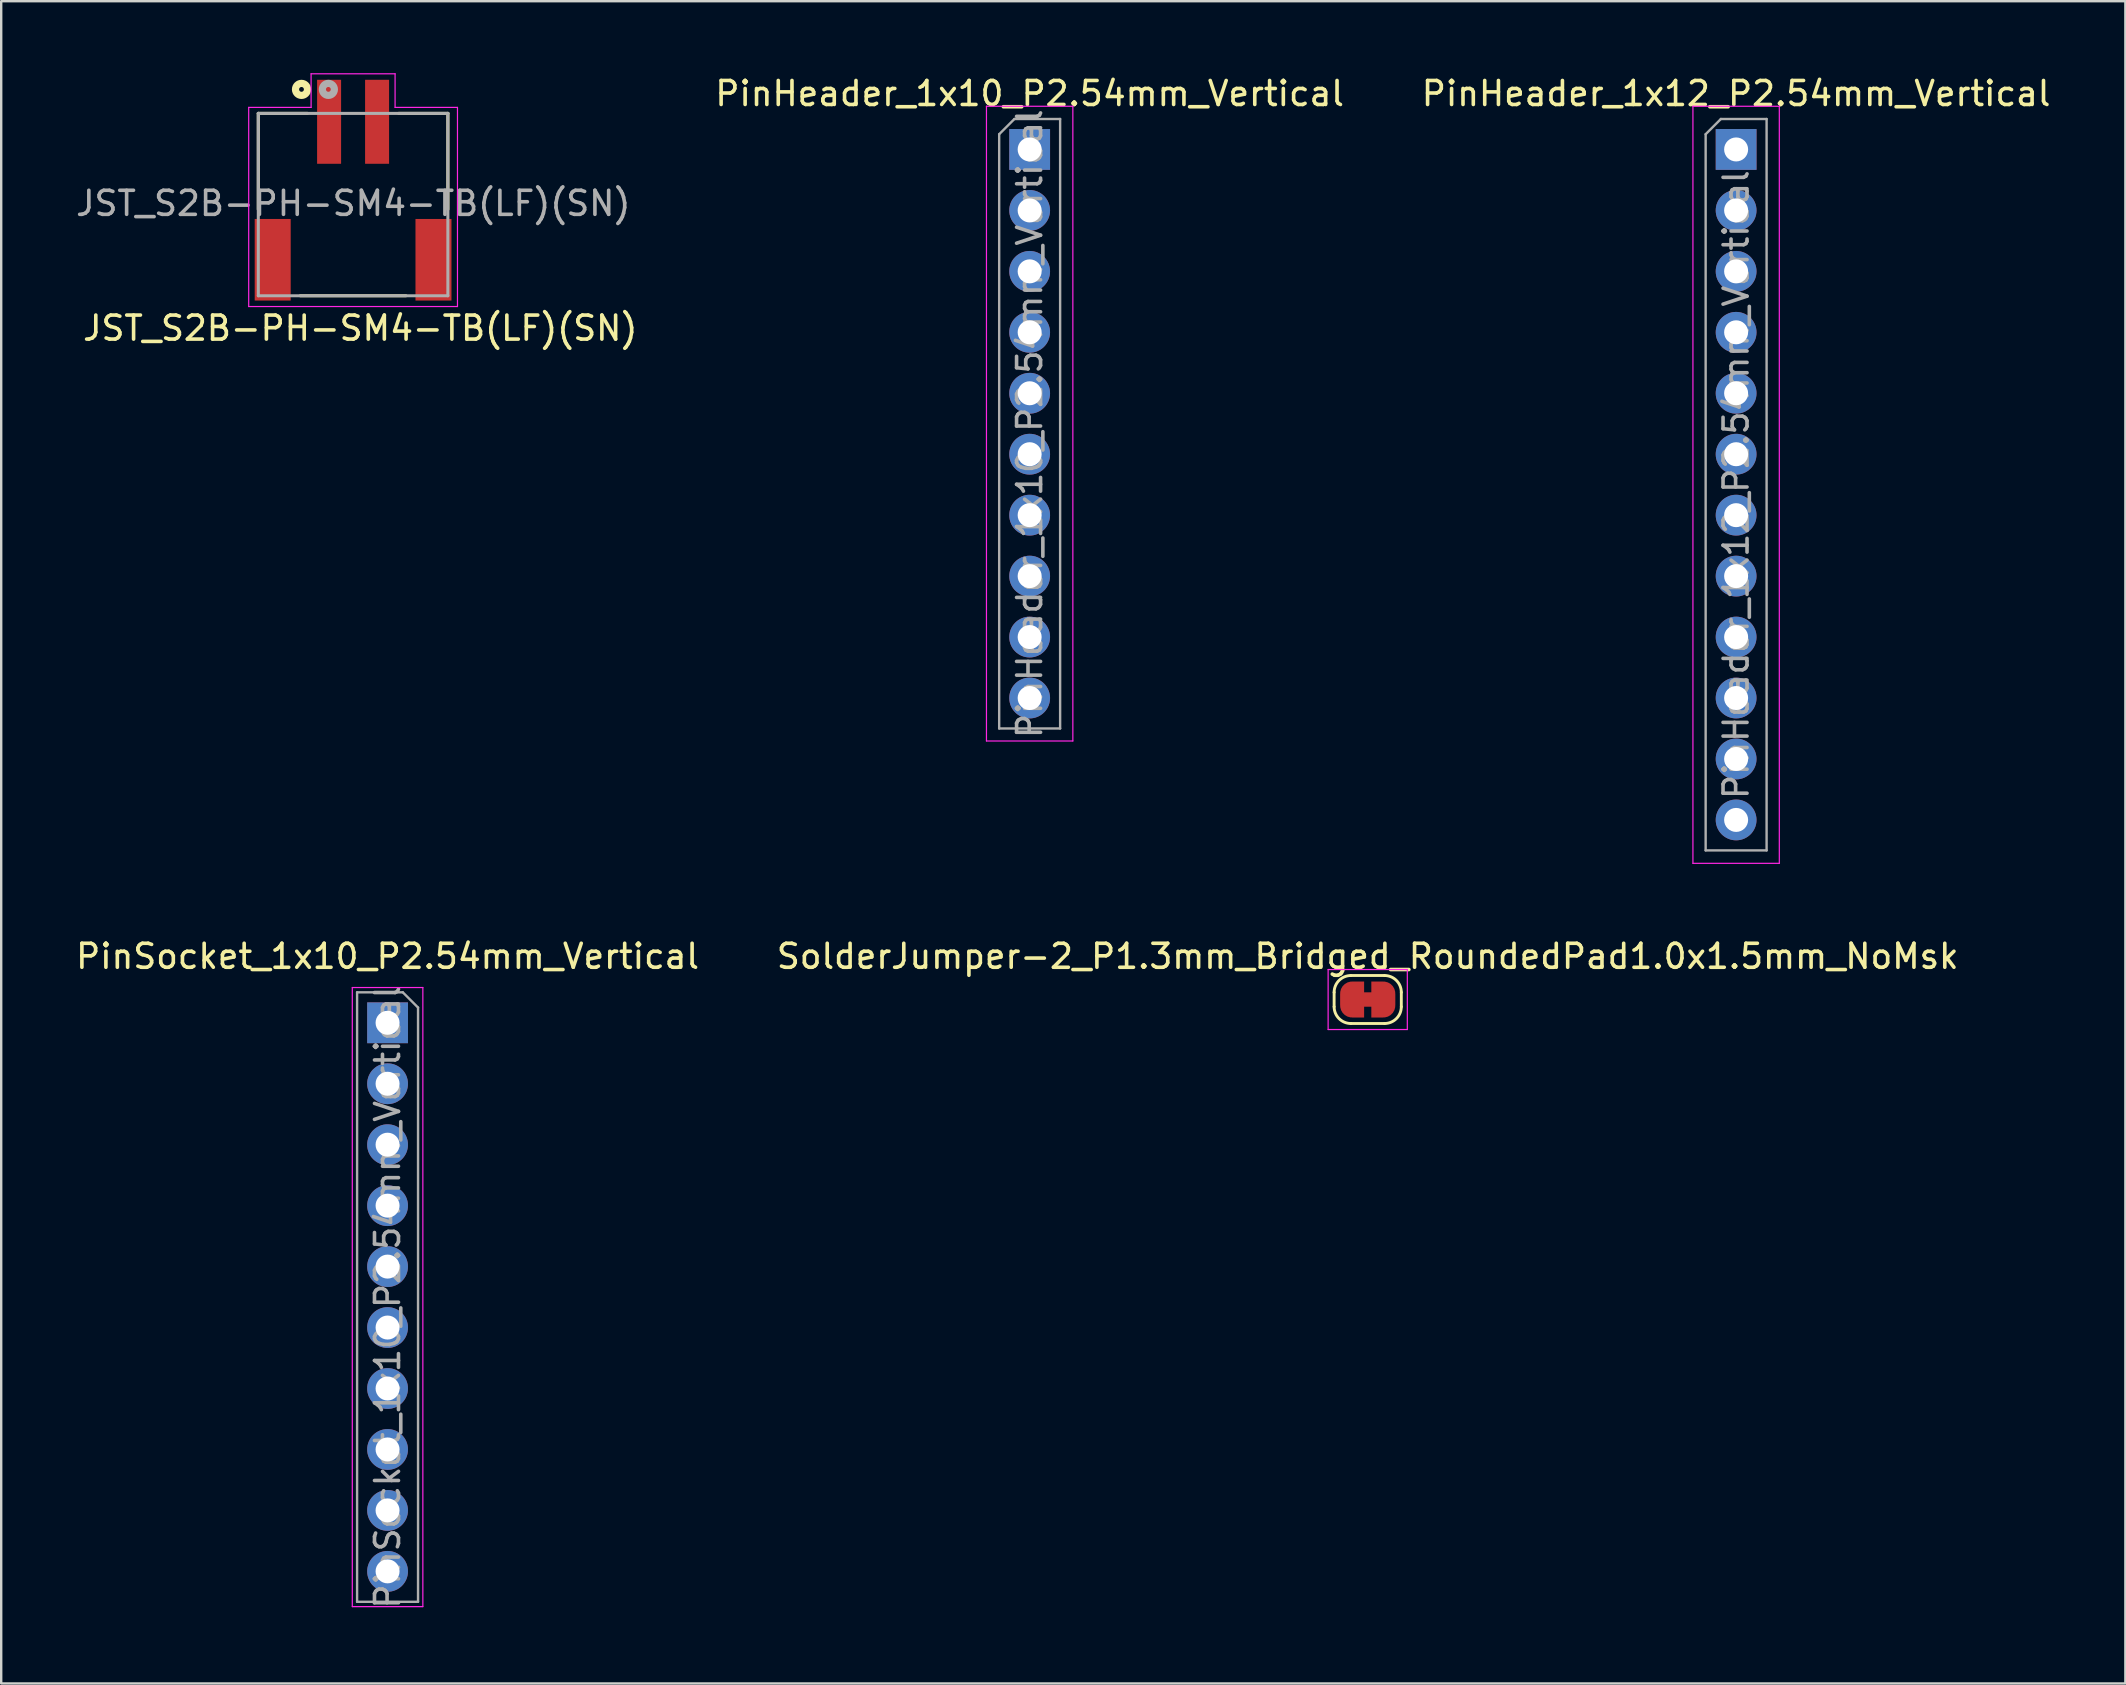
<source format=kicad_pcb>
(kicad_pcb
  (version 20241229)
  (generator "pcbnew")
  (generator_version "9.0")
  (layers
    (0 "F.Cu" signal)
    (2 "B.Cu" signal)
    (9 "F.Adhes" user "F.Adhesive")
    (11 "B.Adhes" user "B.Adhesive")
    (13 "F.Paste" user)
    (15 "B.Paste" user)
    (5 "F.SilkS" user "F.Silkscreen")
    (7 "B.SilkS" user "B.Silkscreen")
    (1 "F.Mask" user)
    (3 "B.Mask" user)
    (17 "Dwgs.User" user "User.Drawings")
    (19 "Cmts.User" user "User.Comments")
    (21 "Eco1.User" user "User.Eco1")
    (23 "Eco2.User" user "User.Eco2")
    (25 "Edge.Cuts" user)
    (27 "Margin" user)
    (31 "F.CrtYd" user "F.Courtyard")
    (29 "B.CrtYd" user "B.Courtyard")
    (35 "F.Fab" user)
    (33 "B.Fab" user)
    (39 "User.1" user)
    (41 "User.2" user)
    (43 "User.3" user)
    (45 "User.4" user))
  (footprint "PinHeader_1x10_P2.54mm_Vertical"
    (layer "F.Cu")
    (at 39.858 3.178)
    (property "Reference" "PinHeader_1x10_P2.54mm_Vertical" (at 0 -2.33 0) (layer "F.SilkS") (effects (font (size 1 1) (thickness 0.15))))
    (attr through_hole)
    (fp_line (start -1.8 -1.8) (end -1.8 24.65) (stroke (width 0.05) (type solid)) (layer "F.CrtYd"))
    (fp_line (start -1.8 24.65) (end 1.8 24.65) (stroke (width 0.05) (type solid)) (layer "F.CrtYd"))
    (fp_line (start 1.8 -1.8) (end -1.8 -1.8) (stroke (width 0.05) (type solid)) (layer "F.CrtYd"))
    (fp_line (start 1.8 24.65) (end 1.8 -1.8) (stroke (width 0.05) (type solid)) (layer "F.CrtYd"))
    (fp_line (start -1.27 -0.635) (end -0.635 -1.27) (stroke (width 0.1) (type solid)) (layer "F.Fab"))
    (fp_line (start -1.27 24.13) (end -1.27 -0.635) (stroke (width 0.1) (type solid)) (layer "F.Fab"))
    (fp_line (start -0.635 -1.27) (end 1.27 -1.27) (stroke (width 0.1) (type solid)) (layer "F.Fab"))
    (fp_line (start 1.27 -1.27) (end 1.27 24.13) (stroke (width 0.1) (type solid)) (layer "F.Fab"))
    (fp_line (start 1.27 24.13) (end -1.27 24.13) (stroke (width 0.1) (type solid)) (layer "F.Fab"))
    (fp_text user "${REFERENCE}" (at 0 11.43 90) (layer "F.Fab") (effects (font (size 1 1) (thickness 0.15))))
    (pad "1" thru_hole rect (at 0 0) (size 1.7 1.7) (drill 1) (layers "*.Cu" "*.Mask"))
    (pad "2" thru_hole oval (at 0 2.54) (size 1.7 1.7) (drill 1) (layers "*.Cu" "*.Mask"))
    (pad "3" thru_hole oval (at 0 5.08) (size 1.7 1.7) (drill 1) (layers "*.Cu" "*.Mask"))
    (pad "4" thru_hole oval (at 0 7.62) (size 1.7 1.7) (drill 1) (layers "*.Cu" "*.Mask"))
    (pad "5" thru_hole oval (at 0 10.16) (size 1.7 1.7) (drill 1) (layers "*.Cu" "*.Mask"))
    (pad "6" thru_hole oval (at 0 12.7) (size 1.7 1.7) (drill 1) (layers "*.Cu" "*.Mask"))
    (pad "7" thru_hole oval (at 0 15.24) (size 1.7 1.7) (drill 1) (layers "*.Cu" "*.Mask"))
    (pad "8" thru_hole oval (at 0 17.78) (size 1.7 1.7) (drill 1) (layers "*.Cu" "*.Mask"))
    (pad "9" thru_hole oval (at 0 20.32) (size 1.7 1.7) (drill 1) (layers "*.Cu" "*.Mask"))
    (pad "10" thru_hole oval (at 0 22.86) (size 1.7 1.7) (drill 1) (layers "*.Cu" "*.Mask")))
  (footprint "SolderJumper-2_P1.3mm_Bridged_RoundedPad1.0x1.5mm_NoMsk"
    (layer "F.Cu")
    (at 53.946 38.602)
    (property "Reference" "SolderJumper-2_P1.3mm_Bridged_RoundedPad1.0x1.5mm_NoMsk" (at 0 -1.8 0) (layer "F.SilkS") (effects (font (size 1 1) (thickness 0.15))))
    (attr exclude_from_pos_files exclude_from_bom)
    (fp_poly (pts (xy 0.25 -0.3) (xy -0.25 -0.3) (xy -0.25 0.3) (xy 0.25 0.3)) (stroke (width 0) (type solid)) (fill yes) (layer "F.Cu"))
    (fp_poly (pts (xy 0.15 -0.3) (xy -0.15 -0.3) (xy -0.15 0.3) (xy 0.15 0.3)) (stroke (width 0) (type solid)) (fill yes) (layer "F.Mask"))
    (fp_line (start -1.4 0.3) (end -1.4 -0.3) (stroke (width 0.12) (type solid)) (layer "F.SilkS"))
    (fp_line (start -0.7 -1) (end 0.7 -1) (stroke (width 0.12) (type solid)) (layer "F.SilkS"))
    (fp_line (start 0.7 1) (end -0.7 1) (stroke (width 0.12) (type solid)) (layer "F.SilkS"))
    (fp_line (start 1.4 -0.3) (end 1.4 0.3) (stroke (width 0.12) (type solid)) (layer "F.SilkS"))
    (fp_arc (start -1.4 -0.3) (mid -1.194975 -0.794975) (end -0.7 -1) (stroke (width 0.12) (type solid)) (layer "F.SilkS"))
    (fp_arc (start -0.7 1) (mid -1.194975 0.794975) (end -1.4 0.3) (stroke (width 0.12) (type solid)) (layer "F.SilkS"))
    (fp_arc (start 0.7 -1) (mid 1.194975 -0.794975) (end 1.4 -0.3) (stroke (width 0.12) (type solid)) (layer "F.SilkS"))
    (fp_arc (start 1.4 0.3) (mid 1.194975 0.794975) (end 0.7 1) (stroke (width 0.12) (type solid)) (layer "F.SilkS"))
    (fp_line (start -1.65 -1.25) (end -1.65 1.25) (stroke (width 0.05) (type solid)) (layer "F.CrtYd"))
    (fp_line (start -1.65 -1.25) (end 1.65 -1.25) (stroke (width 0.05) (type solid)) (layer "F.CrtYd"))
    (fp_line (start 1.65 1.25) (end -1.65 1.25) (stroke (width 0.05) (type solid)) (layer "F.CrtYd"))
    (fp_line (start 1.65 1.25) (end 1.65 -1.25) (stroke (width 0.05) (type solid)) (layer "F.CrtYd"))
    (pad "1" smd custom (at -0.65 0) (size 1 0.5) (layers "F.Cu" "F.Mask") (options (anchor rect)) (primitives (gr_circle (center 0 0.25) (end 0.5 0.25) (width 0) (fill yes)) (gr_circle (center 0 -0.25) (end 0.5 -0.25) (width 0) (fill yes)) (gr_poly (pts (xy 0.5 0.75) (xy 0 0.75) (xy 0 -0.75) (xy 0.5 -0.75)) (width 0) (fill yes))))
    (pad "2" smd custom (at 0.65 0) (size 1 0.5) (layers "F.Cu" "F.Mask") (options (anchor rect)) (primitives (gr_circle (center 0 0.25) (end 0.5 0.25) (width 0) (fill yes)) (gr_circle (center 0 -0.25) (end 0.5 -0.25) (width 0) (fill yes)) (gr_poly (pts (xy 0 0.75) (xy -0.5 0.75) (xy -0.5 -0.75) (xy 0 -0.75)) (width 0) (fill yes)))))
  (footprint "JST_S2B-PH-SM4-TB(LF)(SN)"
    (layer "F.Cu")
    (at 11.664 5.425)
    (property "Reference" "JST_S2B-PH-SM4-TB(LF)(SN)" (at 0.3 5.2 0) (layer "F.SilkS") (effects (font (size 1.002 1.002) (thickness 0.15))))
    (attr through_hole)
    (fp_line (start -3.95 -3.75) (end -3.95 0.25) (stroke (width 0.127) (type solid)) (layer "F.SilkS"))
    (fp_line (start -2.2 3.85) (end 2.2 3.85) (stroke (width 0.127) (type solid)) (layer "F.SilkS"))
    (fp_line (start -1.9 -3.75) (end -3.95 -3.75) (stroke (width 0.127) (type solid)) (layer "F.SilkS"))
    (fp_line (start 3.95 -3.75) (end 1.9 -3.75) (stroke (width 0.127) (type solid)) (layer "F.SilkS"))
    (fp_line (start 3.95 0.25) (end 3.95 -3.75) (stroke (width 0.127) (type solid)) (layer "F.SilkS"))
    (fp_circle (center -2.15 -4.75) (end -2.05 -4.75) (stroke (width 0.3) (type solid)) (fill no) (layer "F.SilkS"))
    (fp_line (start -4.35 -4) (end -1.75 -4) (stroke (width 0.05) (type solid)) (layer "F.CrtYd"))
    (fp_line (start -4.35 4.3) (end -4.35 -4) (stroke (width 0.05) (type solid)) (layer "F.CrtYd"))
    (fp_line (start -1.75 -5.4) (end 1.75 -5.4) (stroke (width 0.05) (type solid)) (layer "F.CrtYd"))
    (fp_line (start -1.75 -4) (end -1.75 -5.4) (stroke (width 0.05) (type solid)) (layer "F.CrtYd"))
    (fp_line (start 1.75 -5.4) (end 1.75 -4) (stroke (width 0.05) (type solid)) (layer "F.CrtYd"))
    (fp_line (start 1.75 -4) (end 4.35 -4) (stroke (width 0.05) (type solid)) (layer "F.CrtYd"))
    (fp_line (start 4.35 -4) (end 4.35 4.3) (stroke (width 0.05) (type solid)) (layer "F.CrtYd"))
    (fp_line (start 4.35 4.3) (end -4.35 4.3) (stroke (width 0.05) (type solid)) (layer "F.CrtYd"))
    (fp_line (start -3.95 -3.75) (end 3.95 -3.75) (stroke (width 0.127) (type solid)) (layer "F.Fab"))
    (fp_line (start -3.95 3.85) (end -3.95 -3.75) (stroke (width 0.127) (type solid)) (layer "F.Fab"))
    (fp_line (start 3.95 -3.75) (end 3.95 3.85) (stroke (width 0.127) (type solid)) (layer "F.Fab"))
    (fp_line (start 3.95 3.85) (end -3.95 3.85) (stroke (width 0.127) (type solid)) (layer "F.Fab"))
    (fp_circle (center -1.03 -4.75) (end -0.93 -4.75) (stroke (width 0.3) (type solid)) (fill no) (layer "F.Fab"))
    (fp_text user "${REFERENCE}" (at 0.01 0 0) (layer "F.Fab") (effects (font (size 1.002 1.002) (thickness 0.15))))
    (pad "1" smd rect (at -1 -3.4) (size 1 3.5) (layers "F.Cu" "F.Mask" "F.Paste"))
    (pad "2" smd rect (at 1 -3.4) (size 1 3.5) (layers "F.Cu" "F.Mask" "F.Paste"))
    (pad "S1" smd rect (at -3.35 2.35) (size 1.5 3.4) (layers "F.Cu" "F.Mask" "F.Paste"))
    (pad "S2" smd rect (at 3.35 2.35) (size 1.5 3.4) (layers "F.Cu" "F.Mask" "F.Paste")))
  (footprint "PinHeader_1x12_P2.54mm_Vertical"
    (layer "F.Cu")
    (at 69.298 3.178)
    (property "Reference" "PinHeader_1x12_P2.54mm_Vertical" (at 0 -2.33 0) (layer "F.SilkS") (effects (font (size 1 1) (thickness 0.15))))
    (attr through_hole)
    (fp_line (start -1.8 -1.8) (end -1.8 29.75) (stroke (width 0.05) (type solid)) (layer "F.CrtYd"))
    (fp_line (start -1.8 29.75) (end 1.8 29.75) (stroke (width 0.05) (type solid)) (layer "F.CrtYd"))
    (fp_line (start 1.8 -1.8) (end -1.8 -1.8) (stroke (width 0.05) (type solid)) (layer "F.CrtYd"))
    (fp_line (start 1.8 29.75) (end 1.8 -1.8) (stroke (width 0.05) (type solid)) (layer "F.CrtYd"))
    (fp_line (start -1.27 -0.635) (end -0.635 -1.27) (stroke (width 0.1) (type solid)) (layer "F.Fab"))
    (fp_line (start -1.27 29.21) (end -1.27 -0.635) (stroke (width 0.1) (type solid)) (layer "F.Fab"))
    (fp_line (start -0.635 -1.27) (end 1.27 -1.27) (stroke (width 0.1) (type solid)) (layer "F.Fab"))
    (fp_line (start 1.27 -1.27) (end 1.27 29.21) (stroke (width 0.1) (type solid)) (layer "F.Fab"))
    (fp_line (start 1.27 29.21) (end -1.27 29.21) (stroke (width 0.1) (type solid)) (layer "F.Fab"))
    (fp_text user "${REFERENCE}" (at 0 13.97 90) (layer "F.Fab") (effects (font (size 1 1) (thickness 0.15))))
    (pad "1" thru_hole rect (at 0 0) (size 1.7 1.7) (drill 1) (layers "*.Cu" "*.Mask"))
    (pad "2" thru_hole oval (at 0 2.54) (size 1.7 1.7) (drill 1) (layers "*.Cu" "*.Mask"))
    (pad "3" thru_hole oval (at 0 5.08) (size 1.7 1.7) (drill 1) (layers "*.Cu" "*.Mask"))
    (pad "4" thru_hole oval (at 0 7.62) (size 1.7 1.7) (drill 1) (layers "*.Cu" "*.Mask"))
    (pad "5" thru_hole oval (at 0 10.16) (size 1.7 1.7) (drill 1) (layers "*.Cu" "*.Mask"))
    (pad "6" thru_hole oval (at 0 12.7) (size 1.7 1.7) (drill 1) (layers "*.Cu" "*.Mask"))
    (pad "7" thru_hole oval (at 0 15.24) (size 1.7 1.7) (drill 1) (layers "*.Cu" "*.Mask"))
    (pad "8" thru_hole oval (at 0 17.78) (size 1.7 1.7) (drill 1) (layers "*.Cu" "*.Mask"))
    (pad "9" thru_hole oval (at 0 20.32) (size 1.7 1.7) (drill 1) (layers "*.Cu" "*.Mask"))
    (pad "10" thru_hole oval (at 0 22.86) (size 1.7 1.7) (drill 1) (layers "*.Cu" "*.Mask"))
    (pad "11" thru_hole oval (at 0 25.4) (size 1.7 1.7) (drill 1) (layers "*.Cu" "*.Mask"))
    (pad "12" thru_hole oval (at 0 27.94) (size 1.7 1.7) (drill 1) (layers "*.Cu" "*.Mask")))
  (footprint "PinSocket_1x10_P2.54mm_Vertical"
    (layer "F.Cu")
    (at 13.101 39.572)
    (property "Reference" "PinSocket_1x10_P2.54mm_Vertical" (at 0 -2.77 0) (layer "F.SilkS") (effects (font (size 1 1) (thickness 0.15))))
    (attr through_hole)
    (fp_line (start -1.47 -1.47) (end 1.47 -1.47) (stroke (width 0.05) (type solid)) (layer "F.CrtYd"))
    (fp_line (start -1.47 24.33) (end -1.47 -1.47) (stroke (width 0.05) (type solid)) (layer "F.CrtYd"))
    (fp_line (start 1.47 -1.47) (end 1.47 24.33) (stroke (width 0.05) (type solid)) (layer "F.CrtYd"))
    (fp_line (start 1.47 24.33) (end -1.47 24.33) (stroke (width 0.05) (type solid)) (layer "F.CrtYd"))
    (fp_line (start -1.27 -1.27) (end 0.635 -1.27) (stroke (width 0.1) (type solid)) (layer "F.Fab"))
    (fp_line (start -1.27 24.13) (end -1.27 -1.27) (stroke (width 0.1) (type solid)) (layer "F.Fab"))
    (fp_line (start 0.635 -1.27) (end 1.27 -0.635) (stroke (width 0.1) (type solid)) (layer "F.Fab"))
    (fp_line (start 1.27 -0.635) (end 1.27 24.13) (stroke (width 0.1) (type solid)) (layer "F.Fab"))
    (fp_line (start 1.27 24.13) (end -1.27 24.13) (stroke (width 0.1) (type solid)) (layer "F.Fab"))
    (fp_text user "${REFERENCE}" (at 0 11.43 90) (layer "F.Fab") (effects (font (size 1 1) (thickness 0.15))))
    (pad "1" thru_hole rect (at 0 0) (size 1.7 1.7) (drill 1) (layers "*.Cu" "*.Mask"))
    (pad "2" thru_hole oval (at 0 2.54) (size 1.7 1.7) (drill 1) (layers "*.Cu" "*.Mask"))
    (pad "3" thru_hole oval (at 0 5.08) (size 1.7 1.7) (drill 1) (layers "*.Cu" "*.Mask"))
    (pad "4" thru_hole oval (at 0 7.62) (size 1.7 1.7) (drill 1) (layers "*.Cu" "*.Mask"))
    (pad "5" thru_hole oval (at 0 10.16) (size 1.7 1.7) (drill 1) (layers "*.Cu" "*.Mask"))
    (pad "6" thru_hole oval (at 0 12.7) (size 1.7 1.7) (drill 1) (layers "*.Cu" "*.Mask"))
    (pad "7" thru_hole oval (at 0 15.24) (size 1.7 1.7) (drill 1) (layers "*.Cu" "*.Mask"))
    (pad "8" thru_hole oval (at 0 17.78) (size 1.7 1.7) (drill 1) (layers "*.Cu" "*.Mask"))
    (pad "9" thru_hole oval (at 0 20.32) (size 1.7 1.7) (drill 1) (layers "*.Cu" "*.Mask"))
    (pad "10" thru_hole oval (at 0 22.86) (size 1.7 1.7) (drill 1) (layers "*.Cu" "*.Mask")))
  (gr_rect
    (start -3 -3)
    (end 85.519 67.103)
    (stroke (width 0.1) (type default))
    (fill no)
    (layer "Edge.Cuts")))
</source>
